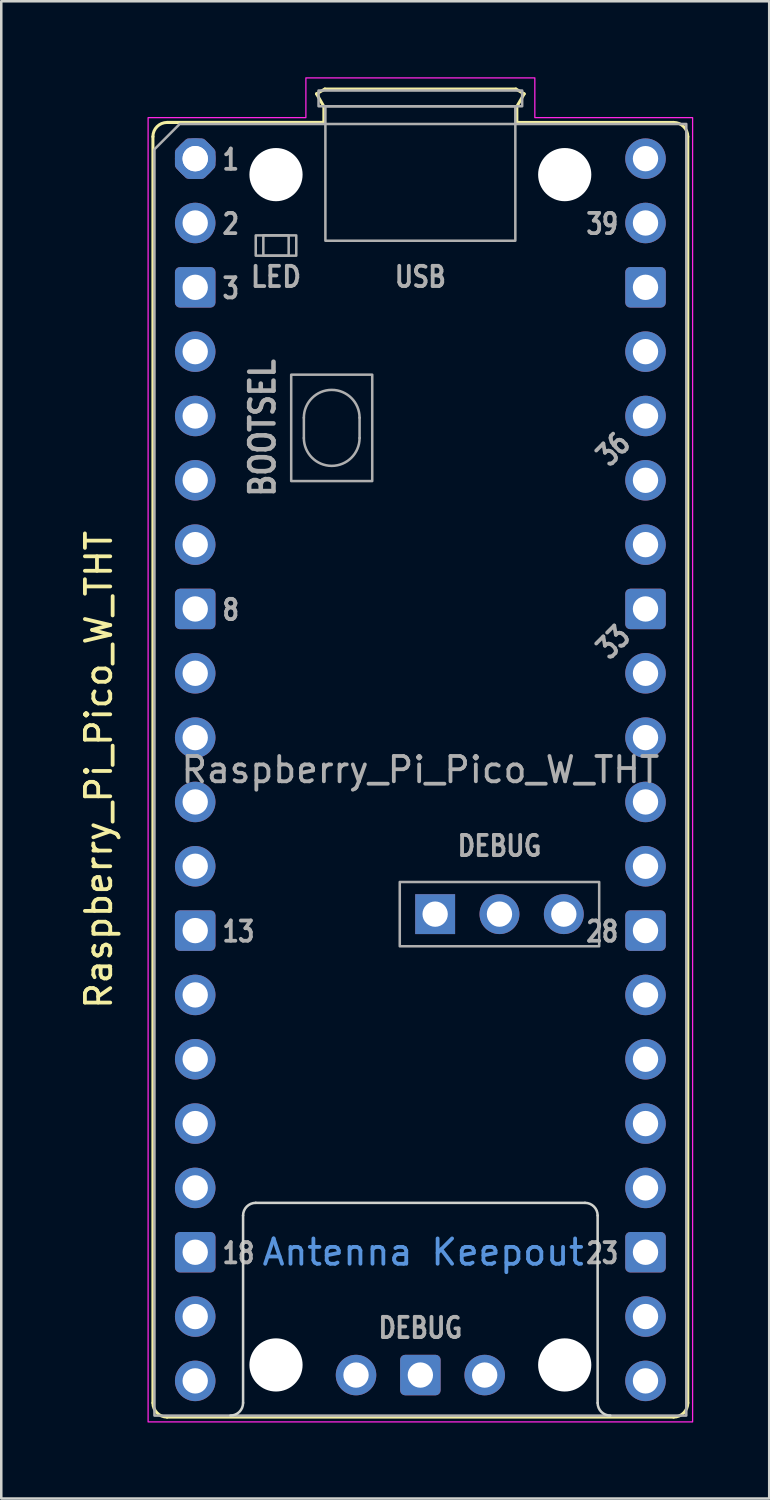
<source format=kicad_pcb>
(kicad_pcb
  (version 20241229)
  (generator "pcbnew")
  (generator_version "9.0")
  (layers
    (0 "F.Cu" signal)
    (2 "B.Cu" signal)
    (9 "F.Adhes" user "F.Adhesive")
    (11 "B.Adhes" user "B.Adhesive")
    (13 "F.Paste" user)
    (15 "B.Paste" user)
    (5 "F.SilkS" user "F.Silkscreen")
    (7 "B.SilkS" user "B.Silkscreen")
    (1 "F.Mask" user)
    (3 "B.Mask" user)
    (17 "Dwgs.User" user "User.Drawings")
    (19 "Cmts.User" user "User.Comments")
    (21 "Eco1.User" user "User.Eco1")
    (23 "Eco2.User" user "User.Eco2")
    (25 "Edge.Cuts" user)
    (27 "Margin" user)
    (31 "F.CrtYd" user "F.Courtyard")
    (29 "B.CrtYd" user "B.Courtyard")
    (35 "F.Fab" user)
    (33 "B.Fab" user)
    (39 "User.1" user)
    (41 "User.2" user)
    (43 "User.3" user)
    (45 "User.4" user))
  (footprint "Raspberry_Pi_Pico_W_THT"
    (layer "F.Cu")
    (at 4.658 3.215)
    (property "Reference" "Raspberry_Pi_Pico_W_THT" (at -3.81 24.13 270) (layer "F.SilkS") (effects (font (size 1 1) (thickness 0.15))))
    (attr through_hole)
    (fp_line (start -1.67 -0.87) (end -1.67 49.13) (stroke (width 0.12) (type solid)) (layer "F.SilkS"))
    (fp_line (start -1.11 -1.43) (end 5.08 -1.43) (stroke (width 0.12) (type solid)) (layer "F.SilkS"))
    (fp_line (start -1.11 49.69) (end 18.89 49.69) (stroke (width 0.12) (type solid)) (layer "F.SilkS"))
    (fp_line (start 4.79 -2.56) (end 5.12 -2.75) (stroke (width 0.12) (type solid)) (layer "F.SilkS"))
    (fp_line (start 5.08 -2.06) (end 4.79 -2.56) (stroke (width 0.12) (type solid)) (layer "F.SilkS"))
    (fp_line (start 5.08 -1.43) (end -1.11 -1.43) (stroke (width 0.12) (type solid)) (layer "F.SilkS"))
    (fp_line (start 5.08 -1.43) (end 5.08 -2.06) (stroke (width 0.12) (type solid)) (layer "F.SilkS"))
    (fp_line (start 5.12 -2.75) (end 12.66 -2.75) (stroke (width 0.12) (type solid)) (layer "F.SilkS"))
    (fp_line (start 12.66 -2.75) (end 12.99 -2.56) (stroke (width 0.12) (type solid)) (layer "F.SilkS"))
    (fp_line (start 12.7 -2.06) (end 12.7 -1.43) (stroke (width 0.12) (type solid)) (layer "F.SilkS"))
    (fp_line (start 12.99 -2.56) (end 12.7 -2.06) (stroke (width 0.12) (type solid)) (layer "F.SilkS"))
    (fp_line (start 18.89 -1.43) (end 12.7 -1.43) (stroke (width 0.12) (type solid)) (layer "F.SilkS"))
    (fp_line (start 19.45 -0.87) (end 19.45 49.13) (stroke (width 0.12) (type solid)) (layer "F.SilkS"))
    (fp_arc (start -1.67 -0.87) (mid -1.50598 -1.26598) (end -1.11 -1.43) (stroke (width 0.12) (type solid)) (layer "F.SilkS"))
    (fp_arc (start -1.11 49.69) (mid -1.50598 49.52598) (end -1.67 49.13) (stroke (width 0.12) (type solid)) (layer "F.SilkS"))
    (fp_arc (start 18.89 -1.43) (mid 19.28598 -1.26598) (end 19.45 -0.87) (stroke (width 0.12) (type solid)) (layer "F.SilkS"))
    (fp_arc (start 19.45 49.13) (mid 19.28598 49.52598) (end 18.89 49.69) (stroke (width 0.12) (type solid)) (layer "F.SilkS"))
    (fp_line (start 1.89 49.13) (end 1.89 41.73) (stroke (width 0.1) (type solid)) (layer "Edge.Cuts"))
    (fp_line (start 2.39 41.23) (end 15.39 41.23) (stroke (width 0.1) (type solid)) (layer "Edge.Cuts"))
    (fp_line (start 15.89 41.73) (end 15.89 49.13) (stroke (width 0.1) (type solid)) (layer "Edge.Cuts"))
    (fp_arc (start 1.89 41.73) (mid 2.036447 41.376447) (end 2.39 41.23) (stroke (width 0.1) (type solid)) (layer "Edge.Cuts"))
    (fp_arc (start 1.89 49.13) (mid 1.743553 49.483553) (end 1.39 49.63) (stroke (width 0.1) (type solid)) (layer "Edge.Cuts"))
    (fp_arc (start 15.39 41.23) (mid 15.743553 41.376447) (end 15.89 41.73) (stroke (width 0.1) (type solid)) (layer "Edge.Cuts"))
    (fp_arc (start 16.39 49.63) (mid 16.036447 49.483553) (end 15.89 49.13) (stroke (width 0.1) (type solid)) (layer "Edge.Cuts"))
    (fp_poly (pts (xy 13.41 -1.62) (xy 19.64 -1.62) (xy 19.64 49.88) (xy -1.86 49.88) (xy -1.86 -1.62) (xy 4.37 -1.62) (xy 4.37 -3.19) (xy 13.41 -3.19)) (stroke (width 0.05) (type solid)) (fill no) (layer "F.CrtYd"))
    (fp_line (start 4.29 10.23) (end 4.29 11.03) (stroke (width 0.1) (type solid)) (layer "F.Fab"))
    (fp_line (start 6.49 10.23) (end 6.49 11.03) (stroke (width 0.1) (type solid)) (layer "F.Fab"))
    (fp_rect (start 2.39 3.03) (end 3.99 3.83) (stroke (width 0.1) (type solid)) (fill no) (layer "F.Fab"))
    (fp_rect (start 2.69 3.03) (end 3.69 3.83) (stroke (width 0.1) (type solid)) (fill no) (layer "F.Fab"))
    (fp_rect (start 3.79 8.53) (end 6.99 12.73) (stroke (width 0.1) (type solid)) (fill no) (layer "F.Fab"))
    (fp_rect (start 4.87 -2.69) (end 12.91 -2.07) (stroke (width 0.1) (type solid)) (fill no) (layer "F.Fab"))
    (fp_rect (start 5.14 -2.07) (end 12.64 3.24) (stroke (width 0.1) (type solid)) (fill no) (layer "F.Fab"))
    (fp_rect (start 8.077 28.56) (end 15.951 31.1) (stroke (width 0.1) (type solid)) (fill no) (layer "F.Fab"))
    (fp_arc (start 4.29 10.23) (mid 5.39 9.13) (end 6.49 10.23) (stroke (width 0.1) (type solid)) (layer "F.Fab"))
    (fp_arc (start 6.49 11.03) (mid 5.39 12.13) (end 4.29 11.03) (stroke (width 0.1) (type solid)) (layer "F.Fab"))
    (fp_poly (pts (xy 19.39 49.63) (xy -1.61 49.63) (xy -1.61 -0.37) (xy -0.61 -1.37) (xy 19.39 -1.37)) (stroke (width 0.1) (type solid)) (fill no) (layer "F.Fab"))
    (fp_text user "Antenna Keepout" (at 9 43.18 0) (unlocked yes) (layer "Cmts.User") (effects (font (size 1 1) (thickness 0.15))))
    (fp_text user "23" (at 16.78 43.218 0) (unlocked yes) (layer "F.Fab") (effects (font (size 0.8 0.64) (thickness 0.15)) (justify right)))
    (fp_text user "18" (at 1 43.218 0) (unlocked yes) (layer "F.Fab") (effects (font (size 0.8 0.64) (thickness 0.15)) (justify left)))
    (fp_text user "3" (at 1 5.118 0) (unlocked yes) (layer "F.Fab") (effects (font (size 0.8 0.64) (thickness 0.15)) (justify left)))
    (fp_text user "DEBUG" (at 12.014 27.138 0) (unlocked yes) (layer "F.Fab") (effects (font (size 0.8 0.66) (thickness 0.15))))
    (fp_text user "13" (at 1 30.518 0) (unlocked yes) (layer "F.Fab") (effects (font (size 0.8 0.64) (thickness 0.15)) (justify left)))
    (fp_text user "1" (at 1 0.038 0) (unlocked yes) (layer "F.Fab") (effects (font (size 0.8 0.64) (thickness 0.15)) (justify left)))
    (fp_text user "28" (at 16.78 30.518 0) (unlocked yes) (layer "F.Fab") (effects (font (size 0.8 0.64) (thickness 0.15)) (justify right)))
    (fp_text user "BOOTSEL" (at 2.656 10.63 90) (unlocked yes) (layer "F.Fab") (effects (font (size 0.96 0.825) (thickness 0.18))))
    (fp_text user "36" (at 16.51 11.468 45) (unlocked yes) (layer "F.Fab") (effects (font (size 0.8 0.64) (thickness 0.15))))
    (fp_text user "39" (at 16.78 2.578 0) (unlocked yes) (layer "F.Fab") (effects (font (size 0.8 0.64) (thickness 0.15)) (justify right)))
    (fp_text user "DEBUG" (at 8.89 46.168 0) (unlocked yes) (layer "F.Fab") (effects (font (size 0.8 0.66) (thickness 0.15))))
    (fp_text user "2" (at 1 2.578 0) (unlocked yes) (layer "F.Fab") (effects (font (size 0.8 0.64) (thickness 0.15)) (justify left)))
    (fp_text user "${REFERENCE}" (at 8.89 24.13 0) (unlocked yes) (layer "F.Fab") (effects (font (size 1 1) (thickness 0.15))))
    (fp_text user "8" (at 1 17.818 0) (unlocked yes) (layer "F.Fab") (effects (font (size 0.8 0.64) (thickness 0.15)) (justify left)))
    (fp_text user "LED" (at 3.19 4.668 0) (unlocked yes) (layer "F.Fab") (effects (font (size 0.8 0.72) (thickness 0.15))))
    (fp_text user "USB" (at 8.89 4.668 0) (unlocked yes) (layer "F.Fab") (effects (font (size 0.8 0.66) (thickness 0.15))))
    (fp_text user "33" (at 16.51 19.088 45) (unlocked yes) (layer "F.Fab") (effects (font (size 0.8 0.64) (thickness 0.15))))
    (pad "" np_thru_hole circle (at 3.19 0.63) (size 2.1 2.1) (drill 2.1) (layers "*.Cu" "*.Mask"))
    (pad "" np_thru_hole circle (at 3.19 47.63) (size 2.1 2.1) (drill 2.1) (layers "*.Cu" "*.Mask"))
    (pad "" np_thru_hole circle (at 14.59 0.63) (size 2.1 2.1) (drill 2.1) (layers "*.Cu" "*.Mask"))
    (pad "" np_thru_hole circle (at 14.59 47.63) (size 2.1 2.1) (drill 2.1) (layers "*.Cu" "*.Mask"))
    (pad "1" thru_hole circle (at 0 0) (size 1.6 1.6) (drill 1) (layers "*.Cu" "*.Mask"))
    (pad "1" thru_hole custom (at 0 0) (size 1.6 1.6) (drill 1) (layers "*.Cu" "*.Mask") (options (anchor circle)) (primitives (gr_poly (pts (xy 0.6 0.249) (xy 0.249 0.6) (xy -0.249 0.6) (xy -0.6 0.249) (xy -0.6 -0.249) (xy -0.249 -0.6) (xy 0.249 -0.6) (xy 0.6 -0.249)) (width 0.4) (fill yes))))
    (pad "2" thru_hole circle (at 0 2.54) (size 1.6 1.6) (drill 1) (layers "*.Cu" "*.Mask"))
    (pad "3" thru_hole roundrect (at 0 5.08) (size 1.6 1.6) (drill 1) (layers "*.Cu" "*.Mask") (roundrect_rratio 0.125))
    (pad "4" thru_hole circle (at 0 7.62) (size 1.6 1.6) (drill 1) (layers "*.Cu" "*.Mask"))
    (pad "5" thru_hole circle (at 0 10.16) (size 1.6 1.6) (drill 1) (layers "*.Cu" "*.Mask"))
    (pad "6" thru_hole circle (at 0 12.7) (size 1.6 1.6) (drill 1) (layers "*.Cu" "*.Mask"))
    (pad "7" thru_hole circle (at 0 15.24) (size 1.6 1.6) (drill 1) (layers "*.Cu" "*.Mask"))
    (pad "8" thru_hole roundrect (at 0 17.78) (size 1.6 1.6) (drill 1) (layers "*.Cu" "*.Mask") (roundrect_rratio 0.125))
    (pad "9" thru_hole circle (at 0 20.32) (size 1.6 1.6) (drill 1) (layers "*.Cu" "*.Mask"))
    (pad "10" thru_hole circle (at 0 22.86) (size 1.6 1.6) (drill 1) (layers "*.Cu" "*.Mask"))
    (pad "11" thru_hole circle (at 0 25.4) (size 1.6 1.6) (drill 1) (layers "*.Cu" "*.Mask"))
    (pad "12" thru_hole circle (at 0 27.94) (size 1.6 1.6) (drill 1) (layers "*.Cu" "*.Mask"))
    (pad "13" thru_hole roundrect (at 0 30.48) (size 1.6 1.6) (drill 1) (layers "*.Cu" "*.Mask") (roundrect_rratio 0.125))
    (pad "14" thru_hole circle (at 0 33.02) (size 1.6 1.6) (drill 1) (layers "*.Cu" "*.Mask"))
    (pad "15" thru_hole circle (at 0 35.56) (size 1.6 1.6) (drill 1) (layers "*.Cu" "*.Mask"))
    (pad "16" thru_hole circle (at 0 38.1) (size 1.6 1.6) (drill 1) (layers "*.Cu" "*.Mask"))
    (pad "17" thru_hole circle (at 0 40.64) (size 1.6 1.6) (drill 1) (layers "*.Cu" "*.Mask"))
    (pad "18" thru_hole roundrect (at 0 43.18) (size 1.6 1.6) (drill 1) (layers "*.Cu" "*.Mask") (roundrect_rratio 0.125))
    (pad "19" thru_hole circle (at 0 45.72) (size 1.6 1.6) (drill 1) (layers "*.Cu" "*.Mask"))
    (pad "20" thru_hole circle (at 0 48.26) (size 1.6 1.6) (drill 1) (layers "*.Cu" "*.Mask"))
    (pad "21" thru_hole circle (at 17.78 48.26) (size 1.6 1.6) (drill 1) (layers "*.Cu" "*.Mask"))
    (pad "22" thru_hole circle (at 17.78 45.72) (size 1.6 1.6) (drill 1) (layers "*.Cu" "*.Mask"))
    (pad "23" thru_hole roundrect (at 17.78 43.18) (size 1.6 1.6) (drill 1) (layers "*.Cu" "*.Mask") (roundrect_rratio 0.125))
    (pad "24" thru_hole circle (at 17.78 40.64) (size 1.6 1.6) (drill 1) (layers "*.Cu" "*.Mask"))
    (pad "25" thru_hole circle (at 17.78 38.1) (size 1.6 1.6) (drill 1) (layers "*.Cu" "*.Mask"))
    (pad "26" thru_hole circle (at 17.78 35.56) (size 1.6 1.6) (drill 1) (layers "*.Cu" "*.Mask"))
    (pad "27" thru_hole circle (at 17.78 33.02) (size 1.6 1.6) (drill 1) (layers "*.Cu" "*.Mask"))
    (pad "28" thru_hole roundrect (at 17.78 30.48) (size 1.6 1.6) (drill 1) (layers "*.Cu" "*.Mask") (roundrect_rratio 0.125))
    (pad "29" thru_hole circle (at 17.78 27.94) (size 1.6 1.6) (drill 1) (layers "*.Cu" "*.Mask"))
    (pad "30" thru_hole circle (at 17.78 25.4) (size 1.6 1.6) (drill 1) (layers "*.Cu" "*.Mask"))
    (pad "31" thru_hole circle (at 17.78 22.86) (size 1.6 1.6) (drill 1) (layers "*.Cu" "*.Mask"))
    (pad "32" thru_hole circle (at 17.78 20.32) (size 1.6 1.6) (drill 1) (layers "*.Cu" "*.Mask"))
    (pad "33" thru_hole roundrect (at 17.78 17.78) (size 1.6 1.6) (drill 1) (layers "*.Cu" "*.Mask") (roundrect_rratio 0.125))
    (pad "34" thru_hole circle (at 17.78 15.24) (size 1.6 1.6) (drill 1) (layers "*.Cu" "*.Mask"))
    (pad "35" thru_hole circle (at 17.78 12.7) (size 1.6 1.6) (drill 1) (layers "*.Cu" "*.Mask"))
    (pad "36" thru_hole circle (at 17.78 10.16) (size 1.6 1.6) (drill 1) (layers "*.Cu" "*.Mask"))
    (pad "37" thru_hole circle (at 17.78 7.62) (size 1.6 1.6) (drill 1) (layers "*.Cu" "*.Mask"))
    (pad "38" thru_hole roundrect (at 17.78 5.08) (size 1.6 1.6) (drill 1) (layers "*.Cu" "*.Mask") (roundrect_rratio 0.125))
    (pad "39" thru_hole circle (at 17.78 2.54) (size 1.6 1.6) (drill 1) (layers "*.Cu" "*.Mask"))
    (pad "40" thru_hole circle (at 17.78 0) (size 1.6 1.6) (drill 1) (layers "*.Cu" "*.Mask"))
    (pad "41" thru_hole circle (at 6.35 48.03) (size 1.6 1.6) (drill 1) (layers "*.Cu" "*.Mask"))
    (pad "41" thru_hole rect (at 9.474 29.83) (size 1.575 1.575) (drill 1) (layers "*.Cu" "*.Mask"))
    (pad "42" thru_hole roundrect (at 8.89 48.03) (size 1.6 1.6) (drill 1) (layers "*.Cu" "*.Mask") (roundrect_rratio 0.125))
    (pad "42" thru_hole circle (at 12.014 29.83) (size 1.575 1.575) (drill 1) (layers "*.Cu" "*.Mask"))
    (pad "43" thru_hole circle (at 11.43 48.03) (size 1.6 1.6) (drill 1) (layers "*.Cu" "*.Mask"))
    (pad "43" thru_hole circle (at 14.554 29.83) (size 1.575 1.575) (drill 1) (layers "*.Cu" "*.Mask"))
    (zone (net_name "") (layers "F.Cu" "F.Mask" "B.Cu" "B.Mask" "F.SilkS" "B.SilkS" "F.Adhes" "B.Adhes" "F.Paste" "B.Paste") (name "Antenna Keepout") (hatch full 0.508) (connect_pads) (min_thickness 0.254) (filled_areas_thickness no) (keepout (tracks not_allowed) (vias not_allowed) (pads not_allowed) (copperpour not_allowed) (footprints not_allowed)) (placement (enabled no)) (fill) (polygon (pts (xy 20.548 52.845) (xy 6.548 52.845) (xy 6.548 44.445) (xy 20.548 44.445)))))
  (gr_rect
    (start -3 -3)
    (end 27.323 56.12)
    (stroke (width 0.1) (type default))
    (fill no)
    (layer "Edge.Cuts")))
</source>
